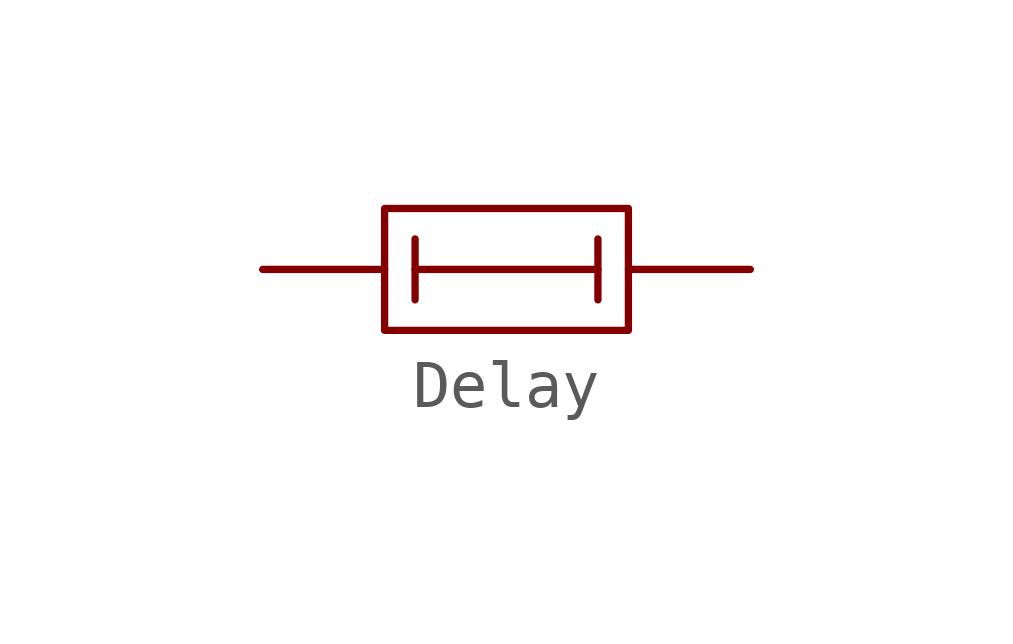
<source format=kicad_sym>
(kicad_symbol_lib
  (version 20211014)
  (generator kicad_symbol_editor)
  (symbol "Delay"
    (property "Reference" "U"
      (at 0 -2.54 0)
      (effects (font (size 1.27 1.27)) hide))
    (symbol "Delay_0_1"
      (rectangle (start -2.54 1.27) (end 2.54 -1.27) (stroke (width 0.152) (type default) (color 0 0 0 0)) (fill (type none)))
      (polyline (pts (xy -1.905 0.635) (xy -1.905 -0.635)) (stroke (width 0.152) (type default) (color 0 0 0 0)) (fill (type none)))
      (polyline (pts (xy 1.905 -0.635) (xy 1.905 0.635)) (stroke (width 0.152) (type default) (color 0 0 0 0)) (fill (type none)))
      (polyline (pts (xy 1.905 0) (xy -1.905 0)) (stroke (width 0.152) (type default) (color 0 0 0 0)) (fill (type none))))
    (symbol "Delay_1_1"
      (pin input line (at -5.08 0 0) (length 2.54) (name "" (effects (font (size 1.27 1.27)))) (number "" (effects (font (size 1.27 1.27)))))
      (pin output line (at 5.08 0 180) (length 2.54) (name "" (effects (font (size 1.27 1.27)))) (number "" (effects (font (size 1.27 1.27))))))))
</source>
